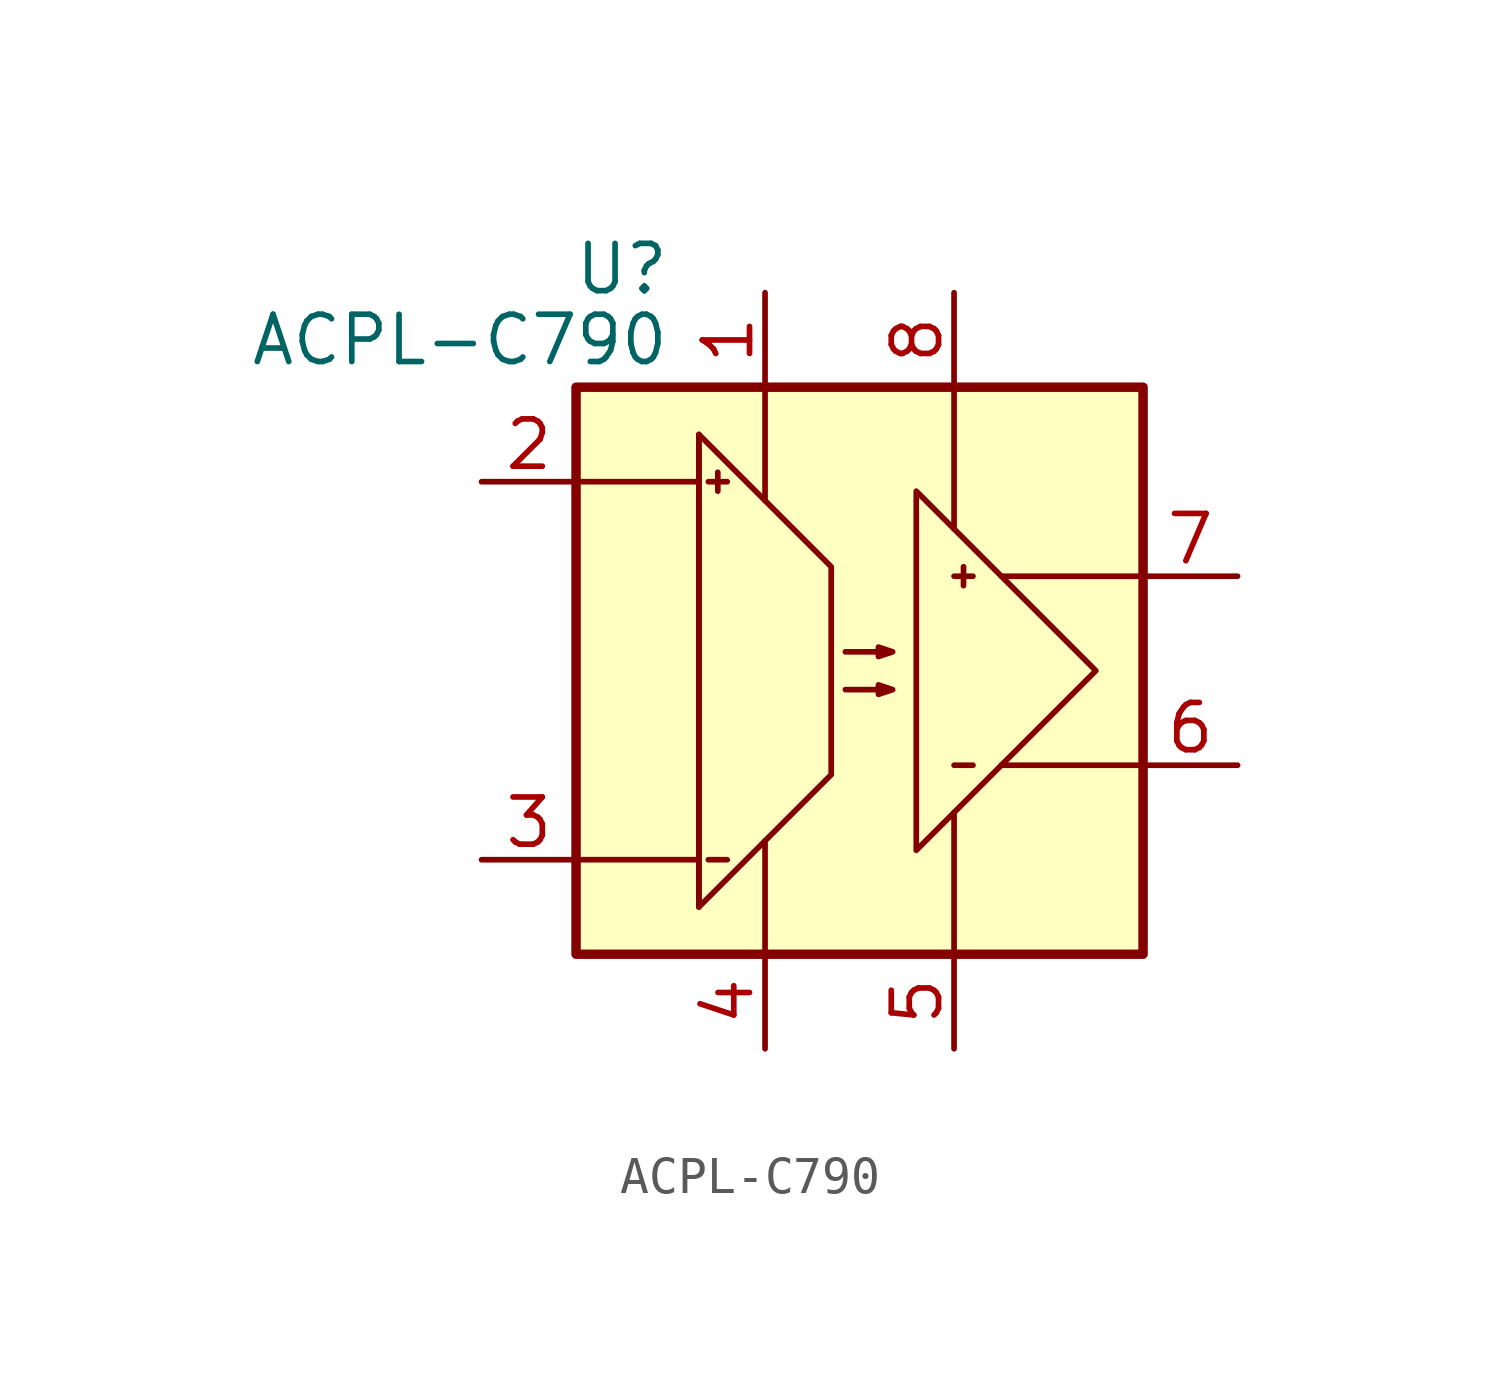
<source format=kicad_sym>
(kicad_symbol_lib
  (version 20211014)
  (generator kicad_symbol_editor)
  (symbol "ACPL-C790"
    (pin_names
      (offset 0) hide)
    (property "Reference" "U"
      (at -5.08 10.795 0)
      (effects (font (size 1.27 1.27)) (justify right)))
    (property "Value" "ACPL-C790"
      (at -5.08 8.89 0)
      (effects (font (size 1.27 1.27)) (justify right)))
    (symbol "ACPL-C790_0_1"
      (rectangle (start -7.62 7.62) (end 7.62 -7.62) (stroke (width 0.254) (type default) (color 0 0 0 0)) (fill (type background)))
      (polyline (pts (xy -7.62 -5.08) (xy -4.318 -5.08)) (stroke (width 0) (type default) (color 0 0 0 0)) (fill (type none)))
      (polyline (pts (xy -7.62 5.08) (xy -4.318 5.08)) (stroke (width 0) (type default) (color 0 0 0 0)) (fill (type none)))
      (polyline (pts (xy -4.318 6.35) (xy -4.318 -6.35)) (stroke (width 0) (type default) (color 0 0 0 0)) (fill (type none)))
      (polyline (pts (xy -4.064 -5.08) (xy -3.556 -5.08)) (stroke (width 0) (type default) (color 0 0 0 0)) (fill (type none)))
      (polyline (pts (xy -4.064 5.08) (xy -3.556 5.08)) (stroke (width 0) (type default) (color 0 0 0 0)) (fill (type none)))
      (polyline (pts (xy -3.81 5.334) (xy -3.81 4.826)) (stroke (width 0) (type default) (color 0 0 0 0)) (fill (type none)))
      (polyline (pts (xy -2.54 -7.62) (xy -2.54 -4.572)) (stroke (width 0) (type default) (color 0 0 0 0)) (fill (type none)))
      (polyline (pts (xy -2.54 7.62) (xy -2.54 4.572)) (stroke (width 0) (type default) (color 0 0 0 0)) (fill (type none)))
      (polyline (pts (xy 2.54 -7.62) (xy 2.54 -3.81)) (stroke (width 0) (type default) (color 0 0 0 0)) (fill (type none)))
      (polyline (pts (xy 2.54 7.62) (xy 2.54 3.81)) (stroke (width 0) (type default) (color 0 0 0 0)) (fill (type none)))
      (polyline (pts (xy 2.794 2.794) (xy 2.794 2.286)) (stroke (width 0) (type default) (color 0 0 0 0)) (fill (type none)))
      (polyline (pts (xy 3.048 -2.54) (xy 2.54 -2.54)) (stroke (width 0) (type default) (color 0 0 0 0)) (fill (type none)))
      (polyline (pts (xy 3.048 2.54) (xy 2.54 2.54)) (stroke (width 0) (type default) (color 0 0 0 0)) (fill (type none)))
      (polyline (pts (xy 7.62 -2.54) (xy 3.81 -2.54)) (stroke (width 0) (type default) (color 0 0 0 0)) (fill (type none)))
      (polyline (pts (xy 7.62 2.54) (xy 3.81 2.54)) (stroke (width 0) (type default) (color 0 0 0 0)) (fill (type none)))
      (polyline (pts (xy 6.35 0) (xy 1.524 -4.826) (xy 1.524 4.826) (xy 6.35 0)) (stroke (width 0) (type default) (color 0 0 0 0)) (fill (type none)))
      (polyline (pts (xy -4.318 -6.35) (xy -0.762 -2.794) (xy -0.762 2.794) (xy -4.318 6.35) (xy -4.318 -6.35)) (stroke (width 0) (type default) (color 0 0 0 0)) (fill (type none)))
      (polyline (pts (xy -0.381 -0.508) (xy 0.889 -0.508) (xy 0.508 -0.635) (xy 0.508 -0.381) (xy 0.889 -0.508)) (stroke (width 0) (type default) (color 0 0 0 0)) (fill (type none)))
      (polyline (pts (xy -0.381 0.508) (xy 0.889 0.508) (xy 0.508 0.381) (xy 0.508 0.635) (xy 0.889 0.508)) (stroke (width 0) (type default) (color 0 0 0 0)) (fill (type none))))
    (symbol "ACPL-C790_1_1"
      (pin power_in line (at -2.54 10.16 270) (length 2.54) (name "VDD1" (effects (font (size 1.27 1.27)))) (number "1" (effects (font (size 1.27 1.27)))))
      (pin input line (at -10.16 5.08 0) (length 2.54) (name "IN+" (effects (font (size 1.27 1.27)))) (number "2" (effects (font (size 1.27 1.27)))))
      (pin input line (at -10.16 -5.08 0) (length 2.54) (name "IN-" (effects (font (size 1.27 1.27)))) (number "3" (effects (font (size 1.27 1.27)))))
      (pin power_in line (at -2.54 -10.16 90) (length 2.54) (name "GND1" (effects (font (size 1.27 1.27)))) (number "4" (effects (font (size 1.27 1.27)))))
      (pin power_in line (at 2.54 -10.16 90) (length 2.54) (name "GND2" (effects (font (size 1.27 1.27)))) (number "5" (effects (font (size 1.27 1.27)))))
      (pin output line (at 10.16 -2.54 180) (length 2.54) (name "OUT-" (effects (font (size 1.27 1.27)))) (number "6" (effects (font (size 1.27 1.27)))))
      (pin output line (at 10.16 2.54 180) (length 2.54) (name "OUT+" (effects (font (size 1.27 1.27)))) (number "7" (effects (font (size 1.27 1.27)))))
      (pin power_in line (at 2.54 10.16 270) (length 2.54) (name "VDD2" (effects (font (size 1.27 1.27)))) (number "8" (effects (font (size 1.27 1.27))))))))
</source>
